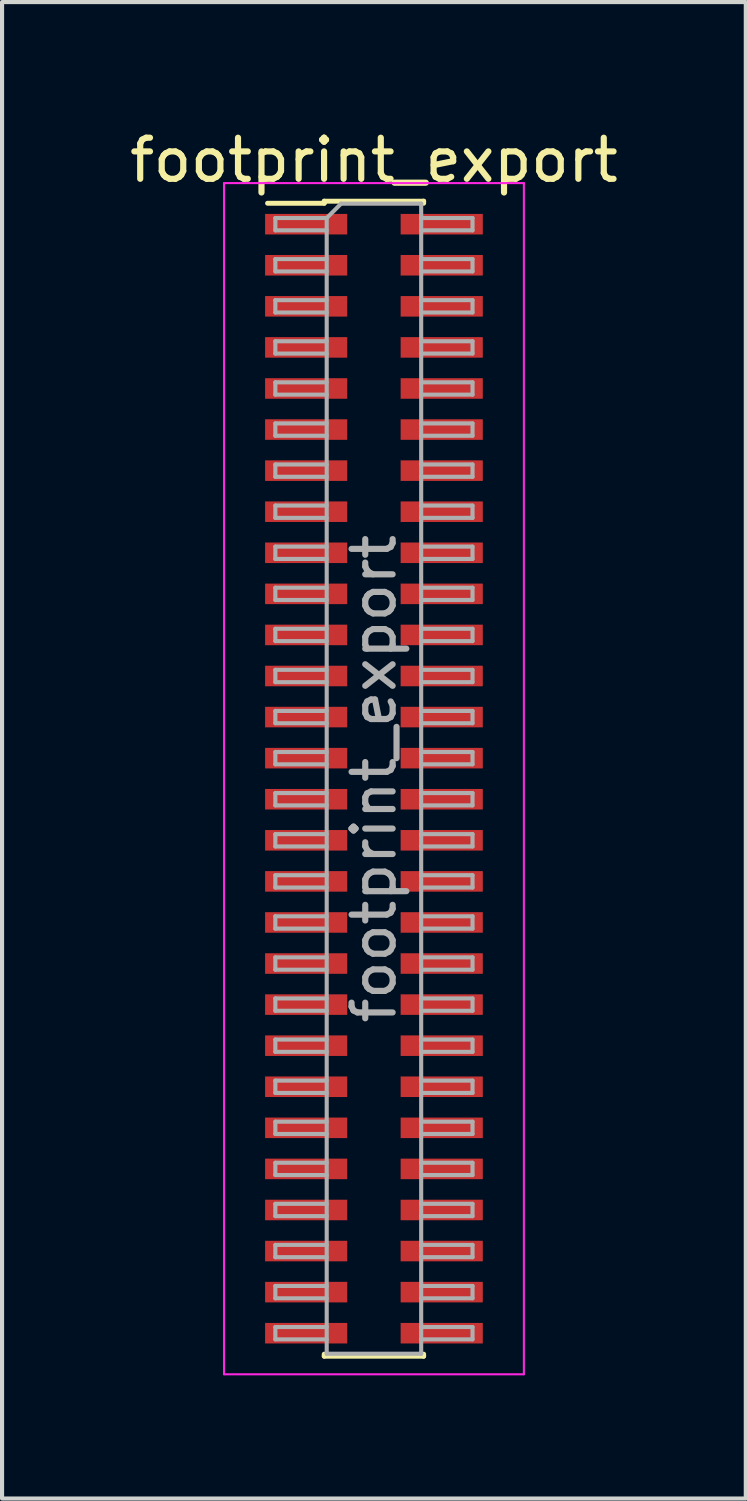
<source format=kicad_pcb>
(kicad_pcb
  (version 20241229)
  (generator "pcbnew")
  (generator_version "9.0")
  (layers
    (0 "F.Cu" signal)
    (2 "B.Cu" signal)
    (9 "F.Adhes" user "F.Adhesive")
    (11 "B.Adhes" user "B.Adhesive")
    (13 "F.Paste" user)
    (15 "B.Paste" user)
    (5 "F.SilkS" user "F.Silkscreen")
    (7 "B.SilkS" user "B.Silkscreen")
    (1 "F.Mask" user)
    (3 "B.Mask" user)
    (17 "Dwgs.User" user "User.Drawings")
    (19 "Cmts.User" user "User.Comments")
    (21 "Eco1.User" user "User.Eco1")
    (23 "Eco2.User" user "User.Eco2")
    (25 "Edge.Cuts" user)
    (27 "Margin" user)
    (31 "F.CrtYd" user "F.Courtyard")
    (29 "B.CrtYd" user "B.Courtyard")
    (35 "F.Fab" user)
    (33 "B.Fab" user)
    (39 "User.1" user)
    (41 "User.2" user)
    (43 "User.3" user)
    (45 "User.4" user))
  (footprint "footprint_export"
    (layer "F.Cu")
    (at 6.054 15.908)
    (property "Reference" "footprint_export" (at 0 -15.06 0) (layer "F.SilkS") (effects (font (size 1 1) (thickness 0.15))))
    (attr smd)
    (fp_line (start -2.59 -14.01) (end -1.21 -14.01) (stroke (width 0.12) (type solid)) (layer "F.SilkS"))
    (fp_line (start -1.21 -14.06) (end -1.21 -14.01) (stroke (width 0.12) (type solid)) (layer "F.SilkS"))
    (fp_line (start -1.21 -14.06) (end 1.21 -14.06) (stroke (width 0.12) (type solid)) (layer "F.SilkS"))
    (fp_line (start -1.21 14.01) (end -1.21 14.06) (stroke (width 0.12) (type solid)) (layer "F.SilkS"))
    (fp_line (start -1.21 14.06) (end 1.21 14.06) (stroke (width 0.12) (type solid)) (layer "F.SilkS"))
    (fp_line (start 1.21 -14.06) (end 1.21 -14.01) (stroke (width 0.12) (type solid)) (layer "F.SilkS"))
    (fp_line (start 1.21 14.01) (end 1.21 14.06) (stroke (width 0.12) (type solid)) (layer "F.SilkS"))
    (fp_line (start -3.65 -14.5) (end -3.65 14.5) (stroke (width 0.05) (type solid)) (layer "F.CrtYd"))
    (fp_line (start -3.65 14.5) (end 3.65 14.5) (stroke (width 0.05) (type solid)) (layer "F.CrtYd"))
    (fp_line (start 3.65 -14.5) (end -3.65 -14.5) (stroke (width 0.05) (type solid)) (layer "F.CrtYd"))
    (fp_line (start 3.65 14.5) (end 3.65 -14.5) (stroke (width 0.05) (type solid)) (layer "F.CrtYd"))
    (fp_line (start -2.4 -13.65) (end -2.4 -13.35) (stroke (width 0.1) (type solid)) (layer "F.Fab"))
    (fp_line (start -2.4 -13.35) (end -1.15 -13.35) (stroke (width 0.1) (type solid)) (layer "F.Fab"))
    (fp_line (start -2.4 -12.65) (end -2.4 -12.35) (stroke (width 0.1) (type solid)) (layer "F.Fab"))
    (fp_line (start -2.4 -12.35) (end -1.15 -12.35) (stroke (width 0.1) (type solid)) (layer "F.Fab"))
    (fp_line (start -2.4 -11.65) (end -2.4 -11.35) (stroke (width 0.1) (type solid)) (layer "F.Fab"))
    (fp_line (start -2.4 -11.35) (end -1.15 -11.35) (stroke (width 0.1) (type solid)) (layer "F.Fab"))
    (fp_line (start -2.4 -10.65) (end -2.4 -10.35) (stroke (width 0.1) (type solid)) (layer "F.Fab"))
    (fp_line (start -2.4 -10.35) (end -1.15 -10.35) (stroke (width 0.1) (type solid)) (layer "F.Fab"))
    (fp_line (start -2.4 -9.65) (end -2.4 -9.35) (stroke (width 0.1) (type solid)) (layer "F.Fab"))
    (fp_line (start -2.4 -9.35) (end -1.15 -9.35) (stroke (width 0.1) (type solid)) (layer "F.Fab"))
    (fp_line (start -2.4 -8.65) (end -2.4 -8.35) (stroke (width 0.1) (type solid)) (layer "F.Fab"))
    (fp_line (start -2.4 -8.35) (end -1.15 -8.35) (stroke (width 0.1) (type solid)) (layer "F.Fab"))
    (fp_line (start -2.4 -7.65) (end -2.4 -7.35) (stroke (width 0.1) (type solid)) (layer "F.Fab"))
    (fp_line (start -2.4 -7.35) (end -1.15 -7.35) (stroke (width 0.1) (type solid)) (layer "F.Fab"))
    (fp_line (start -2.4 -6.65) (end -2.4 -6.35) (stroke (width 0.1) (type solid)) (layer "F.Fab"))
    (fp_line (start -2.4 -6.35) (end -1.15 -6.35) (stroke (width 0.1) (type solid)) (layer "F.Fab"))
    (fp_line (start -2.4 -5.65) (end -2.4 -5.35) (stroke (width 0.1) (type solid)) (layer "F.Fab"))
    (fp_line (start -2.4 -5.35) (end -1.15 -5.35) (stroke (width 0.1) (type solid)) (layer "F.Fab"))
    (fp_line (start -2.4 -4.65) (end -2.4 -4.35) (stroke (width 0.1) (type solid)) (layer "F.Fab"))
    (fp_line (start -2.4 -4.35) (end -1.15 -4.35) (stroke (width 0.1) (type solid)) (layer "F.Fab"))
    (fp_line (start -2.4 -3.65) (end -2.4 -3.35) (stroke (width 0.1) (type solid)) (layer "F.Fab"))
    (fp_line (start -2.4 -3.35) (end -1.15 -3.35) (stroke (width 0.1) (type solid)) (layer "F.Fab"))
    (fp_line (start -2.4 -2.65) (end -2.4 -2.35) (stroke (width 0.1) (type solid)) (layer "F.Fab"))
    (fp_line (start -2.4 -2.35) (end -1.15 -2.35) (stroke (width 0.1) (type solid)) (layer "F.Fab"))
    (fp_line (start -2.4 -1.65) (end -2.4 -1.35) (stroke (width 0.1) (type solid)) (layer "F.Fab"))
    (fp_line (start -2.4 -1.35) (end -1.15 -1.35) (stroke (width 0.1) (type solid)) (layer "F.Fab"))
    (fp_line (start -2.4 -0.65) (end -2.4 -0.35) (stroke (width 0.1) (type solid)) (layer "F.Fab"))
    (fp_line (start -2.4 -0.35) (end -1.15 -0.35) (stroke (width 0.1) (type solid)) (layer "F.Fab"))
    (fp_line (start -2.4 0.35) (end -2.4 0.65) (stroke (width 0.1) (type solid)) (layer "F.Fab"))
    (fp_line (start -2.4 0.65) (end -1.15 0.65) (stroke (width 0.1) (type solid)) (layer "F.Fab"))
    (fp_line (start -2.4 1.35) (end -2.4 1.65) (stroke (width 0.1) (type solid)) (layer "F.Fab"))
    (fp_line (start -2.4 1.65) (end -1.15 1.65) (stroke (width 0.1) (type solid)) (layer "F.Fab"))
    (fp_line (start -2.4 2.35) (end -2.4 2.65) (stroke (width 0.1) (type solid)) (layer "F.Fab"))
    (fp_line (start -2.4 2.65) (end -1.15 2.65) (stroke (width 0.1) (type solid)) (layer "F.Fab"))
    (fp_line (start -2.4 3.35) (end -2.4 3.65) (stroke (width 0.1) (type solid)) (layer "F.Fab"))
    (fp_line (start -2.4 3.65) (end -1.15 3.65) (stroke (width 0.1) (type solid)) (layer "F.Fab"))
    (fp_line (start -2.4 4.35) (end -2.4 4.65) (stroke (width 0.1) (type solid)) (layer "F.Fab"))
    (fp_line (start -2.4 4.65) (end -1.15 4.65) (stroke (width 0.1) (type solid)) (layer "F.Fab"))
    (fp_line (start -2.4 5.35) (end -2.4 5.65) (stroke (width 0.1) (type solid)) (layer "F.Fab"))
    (fp_line (start -2.4 5.65) (end -1.15 5.65) (stroke (width 0.1) (type solid)) (layer "F.Fab"))
    (fp_line (start -2.4 6.35) (end -2.4 6.65) (stroke (width 0.1) (type solid)) (layer "F.Fab"))
    (fp_line (start -2.4 6.65) (end -1.15 6.65) (stroke (width 0.1) (type solid)) (layer "F.Fab"))
    (fp_line (start -2.4 7.35) (end -2.4 7.65) (stroke (width 0.1) (type solid)) (layer "F.Fab"))
    (fp_line (start -2.4 7.65) (end -1.15 7.65) (stroke (width 0.1) (type solid)) (layer "F.Fab"))
    (fp_line (start -2.4 8.35) (end -2.4 8.65) (stroke (width 0.1) (type solid)) (layer "F.Fab"))
    (fp_line (start -2.4 8.65) (end -1.15 8.65) (stroke (width 0.1) (type solid)) (layer "F.Fab"))
    (fp_line (start -2.4 9.35) (end -2.4 9.65) (stroke (width 0.1) (type solid)) (layer "F.Fab"))
    (fp_line (start -2.4 9.65) (end -1.15 9.65) (stroke (width 0.1) (type solid)) (layer "F.Fab"))
    (fp_line (start -2.4 10.35) (end -2.4 10.65) (stroke (width 0.1) (type solid)) (layer "F.Fab"))
    (fp_line (start -2.4 10.65) (end -1.15 10.65) (stroke (width 0.1) (type solid)) (layer "F.Fab"))
    (fp_line (start -2.4 11.35) (end -2.4 11.65) (stroke (width 0.1) (type solid)) (layer "F.Fab"))
    (fp_line (start -2.4 11.65) (end -1.15 11.65) (stroke (width 0.1) (type solid)) (layer "F.Fab"))
    (fp_line (start -2.4 12.35) (end -2.4 12.65) (stroke (width 0.1) (type solid)) (layer "F.Fab"))
    (fp_line (start -2.4 12.65) (end -1.15 12.65) (stroke (width 0.1) (type solid)) (layer "F.Fab"))
    (fp_line (start -2.4 13.35) (end -2.4 13.65) (stroke (width 0.1) (type solid)) (layer "F.Fab"))
    (fp_line (start -2.4 13.65) (end -1.15 13.65) (stroke (width 0.1) (type solid)) (layer "F.Fab"))
    (fp_line (start -1.15 -13.65) (end -2.4 -13.65) (stroke (width 0.1) (type solid)) (layer "F.Fab"))
    (fp_line (start -1.15 -13.65) (end -0.8 -14) (stroke (width 0.1) (type solid)) (layer "F.Fab"))
    (fp_line (start -1.15 -12.65) (end -2.4 -12.65) (stroke (width 0.1) (type solid)) (layer "F.Fab"))
    (fp_line (start -1.15 -11.65) (end -2.4 -11.65) (stroke (width 0.1) (type solid)) (layer "F.Fab"))
    (fp_line (start -1.15 -10.65) (end -2.4 -10.65) (stroke (width 0.1) (type solid)) (layer "F.Fab"))
    (fp_line (start -1.15 -9.65) (end -2.4 -9.65) (stroke (width 0.1) (type solid)) (layer "F.Fab"))
    (fp_line (start -1.15 -8.65) (end -2.4 -8.65) (stroke (width 0.1) (type solid)) (layer "F.Fab"))
    (fp_line (start -1.15 -7.65) (end -2.4 -7.65) (stroke (width 0.1) (type solid)) (layer "F.Fab"))
    (fp_line (start -1.15 -6.65) (end -2.4 -6.65) (stroke (width 0.1) (type solid)) (layer "F.Fab"))
    (fp_line (start -1.15 -5.65) (end -2.4 -5.65) (stroke (width 0.1) (type solid)) (layer "F.Fab"))
    (fp_line (start -1.15 -4.65) (end -2.4 -4.65) (stroke (width 0.1) (type solid)) (layer "F.Fab"))
    (fp_line (start -1.15 -3.65) (end -2.4 -3.65) (stroke (width 0.1) (type solid)) (layer "F.Fab"))
    (fp_line (start -1.15 -2.65) (end -2.4 -2.65) (stroke (width 0.1) (type solid)) (layer "F.Fab"))
    (fp_line (start -1.15 -1.65) (end -2.4 -1.65) (stroke (width 0.1) (type solid)) (layer "F.Fab"))
    (fp_line (start -1.15 -0.65) (end -2.4 -0.65) (stroke (width 0.1) (type solid)) (layer "F.Fab"))
    (fp_line (start -1.15 0.35) (end -2.4 0.35) (stroke (width 0.1) (type solid)) (layer "F.Fab"))
    (fp_line (start -1.15 1.35) (end -2.4 1.35) (stroke (width 0.1) (type solid)) (layer "F.Fab"))
    (fp_line (start -1.15 2.35) (end -2.4 2.35) (stroke (width 0.1) (type solid)) (layer "F.Fab"))
    (fp_line (start -1.15 3.35) (end -2.4 3.35) (stroke (width 0.1) (type solid)) (layer "F.Fab"))
    (fp_line (start -1.15 4.35) (end -2.4 4.35) (stroke (width 0.1) (type solid)) (layer "F.Fab"))
    (fp_line (start -1.15 5.35) (end -2.4 5.35) (stroke (width 0.1) (type solid)) (layer "F.Fab"))
    (fp_line (start -1.15 6.35) (end -2.4 6.35) (stroke (width 0.1) (type solid)) (layer "F.Fab"))
    (fp_line (start -1.15 7.35) (end -2.4 7.35) (stroke (width 0.1) (type solid)) (layer "F.Fab"))
    (fp_line (start -1.15 8.35) (end -2.4 8.35) (stroke (width 0.1) (type solid)) (layer "F.Fab"))
    (fp_line (start -1.15 9.35) (end -2.4 9.35) (stroke (width 0.1) (type solid)) (layer "F.Fab"))
    (fp_line (start -1.15 10.35) (end -2.4 10.35) (stroke (width 0.1) (type solid)) (layer "F.Fab"))
    (fp_line (start -1.15 11.35) (end -2.4 11.35) (stroke (width 0.1) (type solid)) (layer "F.Fab"))
    (fp_line (start -1.15 12.35) (end -2.4 12.35) (stroke (width 0.1) (type solid)) (layer "F.Fab"))
    (fp_line (start -1.15 13.35) (end -2.4 13.35) (stroke (width 0.1) (type solid)) (layer "F.Fab"))
    (fp_line (start -1.15 14) (end -1.15 -13.65) (stroke (width 0.1) (type solid)) (layer "F.Fab"))
    (fp_line (start -0.8 -14) (end 1.15 -14) (stroke (width 0.1) (type solid)) (layer "F.Fab"))
    (fp_line (start 1.15 -14) (end 1.15 14) (stroke (width 0.1) (type solid)) (layer "F.Fab"))
    (fp_line (start 1.15 -13.65) (end 2.4 -13.65) (stroke (width 0.1) (type solid)) (layer "F.Fab"))
    (fp_line (start 1.15 -12.65) (end 2.4 -12.65) (stroke (width 0.1) (type solid)) (layer "F.Fab"))
    (fp_line (start 1.15 -11.65) (end 2.4 -11.65) (stroke (width 0.1) (type solid)) (layer "F.Fab"))
    (fp_line (start 1.15 -10.65) (end 2.4 -10.65) (stroke (width 0.1) (type solid)) (layer "F.Fab"))
    (fp_line (start 1.15 -9.65) (end 2.4 -9.65) (stroke (width 0.1) (type solid)) (layer "F.Fab"))
    (fp_line (start 1.15 -8.65) (end 2.4 -8.65) (stroke (width 0.1) (type solid)) (layer "F.Fab"))
    (fp_line (start 1.15 -7.65) (end 2.4 -7.65) (stroke (width 0.1) (type solid)) (layer "F.Fab"))
    (fp_line (start 1.15 -6.65) (end 2.4 -6.65) (stroke (width 0.1) (type solid)) (layer "F.Fab"))
    (fp_line (start 1.15 -5.65) (end 2.4 -5.65) (stroke (width 0.1) (type solid)) (layer "F.Fab"))
    (fp_line (start 1.15 -4.65) (end 2.4 -4.65) (stroke (width 0.1) (type solid)) (layer "F.Fab"))
    (fp_line (start 1.15 -3.65) (end 2.4 -3.65) (stroke (width 0.1) (type solid)) (layer "F.Fab"))
    (fp_line (start 1.15 -2.65) (end 2.4 -2.65) (stroke (width 0.1) (type solid)) (layer "F.Fab"))
    (fp_line (start 1.15 -1.65) (end 2.4 -1.65) (stroke (width 0.1) (type solid)) (layer "F.Fab"))
    (fp_line (start 1.15 -0.65) (end 2.4 -0.65) (stroke (width 0.1) (type solid)) (layer "F.Fab"))
    (fp_line (start 1.15 0.35) (end 2.4 0.35) (stroke (width 0.1) (type solid)) (layer "F.Fab"))
    (fp_line (start 1.15 1.35) (end 2.4 1.35) (stroke (width 0.1) (type solid)) (layer "F.Fab"))
    (fp_line (start 1.15 2.35) (end 2.4 2.35) (stroke (width 0.1) (type solid)) (layer "F.Fab"))
    (fp_line (start 1.15 3.35) (end 2.4 3.35) (stroke (width 0.1) (type solid)) (layer "F.Fab"))
    (fp_line (start 1.15 4.35) (end 2.4 4.35) (stroke (width 0.1) (type solid)) (layer "F.Fab"))
    (fp_line (start 1.15 5.35) (end 2.4 5.35) (stroke (width 0.1) (type solid)) (layer "F.Fab"))
    (fp_line (start 1.15 6.35) (end 2.4 6.35) (stroke (width 0.1) (type solid)) (layer "F.Fab"))
    (fp_line (start 1.15 7.35) (end 2.4 7.35) (stroke (width 0.1) (type solid)) (layer "F.Fab"))
    (fp_line (start 1.15 8.35) (end 2.4 8.35) (stroke (width 0.1) (type solid)) (layer "F.Fab"))
    (fp_line (start 1.15 9.35) (end 2.4 9.35) (stroke (width 0.1) (type solid)) (layer "F.Fab"))
    (fp_line (start 1.15 10.35) (end 2.4 10.35) (stroke (width 0.1) (type solid)) (layer "F.Fab"))
    (fp_line (start 1.15 11.35) (end 2.4 11.35) (stroke (width 0.1) (type solid)) (layer "F.Fab"))
    (fp_line (start 1.15 12.35) (end 2.4 12.35) (stroke (width 0.1) (type solid)) (layer "F.Fab"))
    (fp_line (start 1.15 13.35) (end 2.4 13.35) (stroke (width 0.1) (type solid)) (layer "F.Fab"))
    (fp_line (start 1.15 14) (end -1.15 14) (stroke (width 0.1) (type solid)) (layer "F.Fab"))
    (fp_line (start 2.4 -13.65) (end 2.4 -13.35) (stroke (width 0.1) (type solid)) (layer "F.Fab"))
    (fp_line (start 2.4 -13.35) (end 1.15 -13.35) (stroke (width 0.1) (type solid)) (layer "F.Fab"))
    (fp_line (start 2.4 -12.65) (end 2.4 -12.35) (stroke (width 0.1) (type solid)) (layer "F.Fab"))
    (fp_line (start 2.4 -12.35) (end 1.15 -12.35) (stroke (width 0.1) (type solid)) (layer "F.Fab"))
    (fp_line (start 2.4 -11.65) (end 2.4 -11.35) (stroke (width 0.1) (type solid)) (layer "F.Fab"))
    (fp_line (start 2.4 -11.35) (end 1.15 -11.35) (stroke (width 0.1) (type solid)) (layer "F.Fab"))
    (fp_line (start 2.4 -10.65) (end 2.4 -10.35) (stroke (width 0.1) (type solid)) (layer "F.Fab"))
    (fp_line (start 2.4 -10.35) (end 1.15 -10.35) (stroke (width 0.1) (type solid)) (layer "F.Fab"))
    (fp_line (start 2.4 -9.65) (end 2.4 -9.35) (stroke (width 0.1) (type solid)) (layer "F.Fab"))
    (fp_line (start 2.4 -9.35) (end 1.15 -9.35) (stroke (width 0.1) (type solid)) (layer "F.Fab"))
    (fp_line (start 2.4 -8.65) (end 2.4 -8.35) (stroke (width 0.1) (type solid)) (layer "F.Fab"))
    (fp_line (start 2.4 -8.35) (end 1.15 -8.35) (stroke (width 0.1) (type solid)) (layer "F.Fab"))
    (fp_line (start 2.4 -7.65) (end 2.4 -7.35) (stroke (width 0.1) (type solid)) (layer "F.Fab"))
    (fp_line (start 2.4 -7.35) (end 1.15 -7.35) (stroke (width 0.1) (type solid)) (layer "F.Fab"))
    (fp_line (start 2.4 -6.65) (end 2.4 -6.35) (stroke (width 0.1) (type solid)) (layer "F.Fab"))
    (fp_line (start 2.4 -6.35) (end 1.15 -6.35) (stroke (width 0.1) (type solid)) (layer "F.Fab"))
    (fp_line (start 2.4 -5.65) (end 2.4 -5.35) (stroke (width 0.1) (type solid)) (layer "F.Fab"))
    (fp_line (start 2.4 -5.35) (end 1.15 -5.35) (stroke (width 0.1) (type solid)) (layer "F.Fab"))
    (fp_line (start 2.4 -4.65) (end 2.4 -4.35) (stroke (width 0.1) (type solid)) (layer "F.Fab"))
    (fp_line (start 2.4 -4.35) (end 1.15 -4.35) (stroke (width 0.1) (type solid)) (layer "F.Fab"))
    (fp_line (start 2.4 -3.65) (end 2.4 -3.35) (stroke (width 0.1) (type solid)) (layer "F.Fab"))
    (fp_line (start 2.4 -3.35) (end 1.15 -3.35) (stroke (width 0.1) (type solid)) (layer "F.Fab"))
    (fp_line (start 2.4 -2.65) (end 2.4 -2.35) (stroke (width 0.1) (type solid)) (layer "F.Fab"))
    (fp_line (start 2.4 -2.35) (end 1.15 -2.35) (stroke (width 0.1) (type solid)) (layer "F.Fab"))
    (fp_line (start 2.4 -1.65) (end 2.4 -1.35) (stroke (width 0.1) (type solid)) (layer "F.Fab"))
    (fp_line (start 2.4 -1.35) (end 1.15 -1.35) (stroke (width 0.1) (type solid)) (layer "F.Fab"))
    (fp_line (start 2.4 -0.65) (end 2.4 -0.35) (stroke (width 0.1) (type solid)) (layer "F.Fab"))
    (fp_line (start 2.4 -0.35) (end 1.15 -0.35) (stroke (width 0.1) (type solid)) (layer "F.Fab"))
    (fp_line (start 2.4 0.35) (end 2.4 0.65) (stroke (width 0.1) (type solid)) (layer "F.Fab"))
    (fp_line (start 2.4 0.65) (end 1.15 0.65) (stroke (width 0.1) (type solid)) (layer "F.Fab"))
    (fp_line (start 2.4 1.35) (end 2.4 1.65) (stroke (width 0.1) (type solid)) (layer "F.Fab"))
    (fp_line (start 2.4 1.65) (end 1.15 1.65) (stroke (width 0.1) (type solid)) (layer "F.Fab"))
    (fp_line (start 2.4 2.35) (end 2.4 2.65) (stroke (width 0.1) (type solid)) (layer "F.Fab"))
    (fp_line (start 2.4 2.65) (end 1.15 2.65) (stroke (width 0.1) (type solid)) (layer "F.Fab"))
    (fp_line (start 2.4 3.35) (end 2.4 3.65) (stroke (width 0.1) (type solid)) (layer "F.Fab"))
    (fp_line (start 2.4 3.65) (end 1.15 3.65) (stroke (width 0.1) (type solid)) (layer "F.Fab"))
    (fp_line (start 2.4 4.35) (end 2.4 4.65) (stroke (width 0.1) (type solid)) (layer "F.Fab"))
    (fp_line (start 2.4 4.65) (end 1.15 4.65) (stroke (width 0.1) (type solid)) (layer "F.Fab"))
    (fp_line (start 2.4 5.35) (end 2.4 5.65) (stroke (width 0.1) (type solid)) (layer "F.Fab"))
    (fp_line (start 2.4 5.65) (end 1.15 5.65) (stroke (width 0.1) (type solid)) (layer "F.Fab"))
    (fp_line (start 2.4 6.35) (end 2.4 6.65) (stroke (width 0.1) (type solid)) (layer "F.Fab"))
    (fp_line (start 2.4 6.65) (end 1.15 6.65) (stroke (width 0.1) (type solid)) (layer "F.Fab"))
    (fp_line (start 2.4 7.35) (end 2.4 7.65) (stroke (width 0.1) (type solid)) (layer "F.Fab"))
    (fp_line (start 2.4 7.65) (end 1.15 7.65) (stroke (width 0.1) (type solid)) (layer "F.Fab"))
    (fp_line (start 2.4 8.35) (end 2.4 8.65) (stroke (width 0.1) (type solid)) (layer "F.Fab"))
    (fp_line (start 2.4 8.65) (end 1.15 8.65) (stroke (width 0.1) (type solid)) (layer "F.Fab"))
    (fp_line (start 2.4 9.35) (end 2.4 9.65) (stroke (width 0.1) (type solid)) (layer "F.Fab"))
    (fp_line (start 2.4 9.65) (end 1.15 9.65) (stroke (width 0.1) (type solid)) (layer "F.Fab"))
    (fp_line (start 2.4 10.35) (end 2.4 10.65) (stroke (width 0.1) (type solid)) (layer "F.Fab"))
    (fp_line (start 2.4 10.65) (end 1.15 10.65) (stroke (width 0.1) (type solid)) (layer "F.Fab"))
    (fp_line (start 2.4 11.35) (end 2.4 11.65) (stroke (width 0.1) (type solid)) (layer "F.Fab"))
    (fp_line (start 2.4 11.65) (end 1.15 11.65) (stroke (width 0.1) (type solid)) (layer "F.Fab"))
    (fp_line (start 2.4 12.35) (end 2.4 12.65) (stroke (width 0.1) (type solid)) (layer "F.Fab"))
    (fp_line (start 2.4 12.65) (end 1.15 12.65) (stroke (width 0.1) (type solid)) (layer "F.Fab"))
    (fp_line (start 2.4 13.35) (end 2.4 13.65) (stroke (width 0.1) (type solid)) (layer "F.Fab"))
    (fp_line (start 2.4 13.65) (end 1.15 13.65) (stroke (width 0.1) (type solid)) (layer "F.Fab"))
    (fp_text user "${REFERENCE}" (at 0 0 90) (layer "F.Fab") (effects (font (size 1 1) (thickness 0.15))))
    (pad "1" smd rect (at -1.65 -13.5) (size 2 0.5) (layers "F.Cu" "F.Mask" "F.Paste"))
    (pad "2" smd rect (at 1.65 -13.5) (size 2 0.5) (layers "F.Cu" "F.Mask" "F.Paste"))
    (pad "3" smd rect (at -1.65 -12.5) (size 2 0.5) (layers "F.Cu" "F.Mask" "F.Paste"))
    (pad "4" smd rect (at 1.65 -12.5) (size 2 0.5) (layers "F.Cu" "F.Mask" "F.Paste"))
    (pad "5" smd rect (at -1.65 -11.5) (size 2 0.5) (layers "F.Cu" "F.Mask" "F.Paste"))
    (pad "6" smd rect (at 1.65 -11.5) (size 2 0.5) (layers "F.Cu" "F.Mask" "F.Paste"))
    (pad "7" smd rect (at -1.65 -10.5) (size 2 0.5) (layers "F.Cu" "F.Mask" "F.Paste"))
    (pad "8" smd rect (at 1.65 -10.5) (size 2 0.5) (layers "F.Cu" "F.Mask" "F.Paste"))
    (pad "9" smd rect (at -1.65 -9.5) (size 2 0.5) (layers "F.Cu" "F.Mask" "F.Paste"))
    (pad "10" smd rect (at 1.65 -9.5) (size 2 0.5) (layers "F.Cu" "F.Mask" "F.Paste"))
    (pad "11" smd rect (at -1.65 -8.5) (size 2 0.5) (layers "F.Cu" "F.Mask" "F.Paste"))
    (pad "12" smd rect (at 1.65 -8.5) (size 2 0.5) (layers "F.Cu" "F.Mask" "F.Paste"))
    (pad "13" smd rect (at -1.65 -7.5) (size 2 0.5) (layers "F.Cu" "F.Mask" "F.Paste"))
    (pad "14" smd rect (at 1.65 -7.5) (size 2 0.5) (layers "F.Cu" "F.Mask" "F.Paste"))
    (pad "15" smd rect (at -1.65 -6.5) (size 2 0.5) (layers "F.Cu" "F.Mask" "F.Paste"))
    (pad "16" smd rect (at 1.65 -6.5) (size 2 0.5) (layers "F.Cu" "F.Mask" "F.Paste"))
    (pad "17" smd rect (at -1.65 -5.5) (size 2 0.5) (layers "F.Cu" "F.Mask" "F.Paste"))
    (pad "18" smd rect (at 1.65 -5.5) (size 2 0.5) (layers "F.Cu" "F.Mask" "F.Paste"))
    (pad "19" smd rect (at -1.65 -4.5) (size 2 0.5) (layers "F.Cu" "F.Mask" "F.Paste"))
    (pad "20" smd rect (at 1.65 -4.5) (size 2 0.5) (layers "F.Cu" "F.Mask" "F.Paste"))
    (pad "21" smd rect (at -1.65 -3.5) (size 2 0.5) (layers "F.Cu" "F.Mask" "F.Paste"))
    (pad "22" smd rect (at 1.65 -3.5) (size 2 0.5) (layers "F.Cu" "F.Mask" "F.Paste"))
    (pad "23" smd rect (at -1.65 -2.5) (size 2 0.5) (layers "F.Cu" "F.Mask" "F.Paste"))
    (pad "24" smd rect (at 1.65 -2.5) (size 2 0.5) (layers "F.Cu" "F.Mask" "F.Paste"))
    (pad "25" smd rect (at -1.65 -1.5) (size 2 0.5) (layers "F.Cu" "F.Mask" "F.Paste"))
    (pad "26" smd rect (at 1.65 -1.5) (size 2 0.5) (layers "F.Cu" "F.Mask" "F.Paste"))
    (pad "27" smd rect (at -1.65 -0.5) (size 2 0.5) (layers "F.Cu" "F.Mask" "F.Paste"))
    (pad "28" smd rect (at 1.65 -0.5) (size 2 0.5) (layers "F.Cu" "F.Mask" "F.Paste"))
    (pad "29" smd rect (at -1.65 0.5) (size 2 0.5) (layers "F.Cu" "F.Mask" "F.Paste"))
    (pad "30" smd rect (at 1.65 0.5) (size 2 0.5) (layers "F.Cu" "F.Mask" "F.Paste"))
    (pad "31" smd rect (at -1.65 1.5) (size 2 0.5) (layers "F.Cu" "F.Mask" "F.Paste"))
    (pad "32" smd rect (at 1.65 1.5) (size 2 0.5) (layers "F.Cu" "F.Mask" "F.Paste"))
    (pad "33" smd rect (at -1.65 2.5) (size 2 0.5) (layers "F.Cu" "F.Mask" "F.Paste"))
    (pad "34" smd rect (at 1.65 2.5) (size 2 0.5) (layers "F.Cu" "F.Mask" "F.Paste"))
    (pad "35" smd rect (at -1.65 3.5) (size 2 0.5) (layers "F.Cu" "F.Mask" "F.Paste"))
    (pad "36" smd rect (at 1.65 3.5) (size 2 0.5) (layers "F.Cu" "F.Mask" "F.Paste"))
    (pad "37" smd rect (at -1.65 4.5) (size 2 0.5) (layers "F.Cu" "F.Mask" "F.Paste"))
    (pad "38" smd rect (at 1.65 4.5) (size 2 0.5) (layers "F.Cu" "F.Mask" "F.Paste"))
    (pad "39" smd rect (at -1.65 5.5) (size 2 0.5) (layers "F.Cu" "F.Mask" "F.Paste"))
    (pad "40" smd rect (at 1.65 5.5) (size 2 0.5) (layers "F.Cu" "F.Mask" "F.Paste"))
    (pad "41" smd rect (at -1.65 6.5) (size 2 0.5) (layers "F.Cu" "F.Mask" "F.Paste"))
    (pad "42" smd rect (at 1.65 6.5) (size 2 0.5) (layers "F.Cu" "F.Mask" "F.Paste"))
    (pad "43" smd rect (at -1.65 7.5) (size 2 0.5) (layers "F.Cu" "F.Mask" "F.Paste"))
    (pad "44" smd rect (at 1.65 7.5) (size 2 0.5) (layers "F.Cu" "F.Mask" "F.Paste"))
    (pad "45" smd rect (at -1.65 8.5) (size 2 0.5) (layers "F.Cu" "F.Mask" "F.Paste"))
    (pad "46" smd rect (at 1.65 8.5) (size 2 0.5) (layers "F.Cu" "F.Mask" "F.Paste"))
    (pad "47" smd rect (at -1.65 9.5) (size 2 0.5) (layers "F.Cu" "F.Mask" "F.Paste"))
    (pad "48" smd rect (at 1.65 9.5) (size 2 0.5) (layers "F.Cu" "F.Mask" "F.Paste"))
    (pad "49" smd rect (at -1.65 10.5) (size 2 0.5) (layers "F.Cu" "F.Mask" "F.Paste"))
    (pad "50" smd rect (at 1.65 10.5) (size 2 0.5) (layers "F.Cu" "F.Mask" "F.Paste"))
    (pad "51" smd rect (at -1.65 11.5) (size 2 0.5) (layers "F.Cu" "F.Mask" "F.Paste"))
    (pad "52" smd rect (at 1.65 11.5) (size 2 0.5) (layers "F.Cu" "F.Mask" "F.Paste"))
    (pad "53" smd rect (at -1.65 12.5) (size 2 0.5) (layers "F.Cu" "F.Mask" "F.Paste"))
    (pad "54" smd rect (at 1.65 12.5) (size 2 0.5) (layers "F.Cu" "F.Mask" "F.Paste"))
    (pad "55" smd rect (at -1.65 13.5) (size 2 0.5) (layers "F.Cu" "F.Mask" "F.Paste"))
    (pad "56" smd rect (at 1.65 13.5) (size 2 0.5) (layers "F.Cu" "F.Mask" "F.Paste")))
  (gr_rect
    (start -3 -3)
    (end 15.107 33.433)
    (stroke (width 0.1) (type default))
    (fill no)
    (layer "Edge.Cuts")))
</source>
